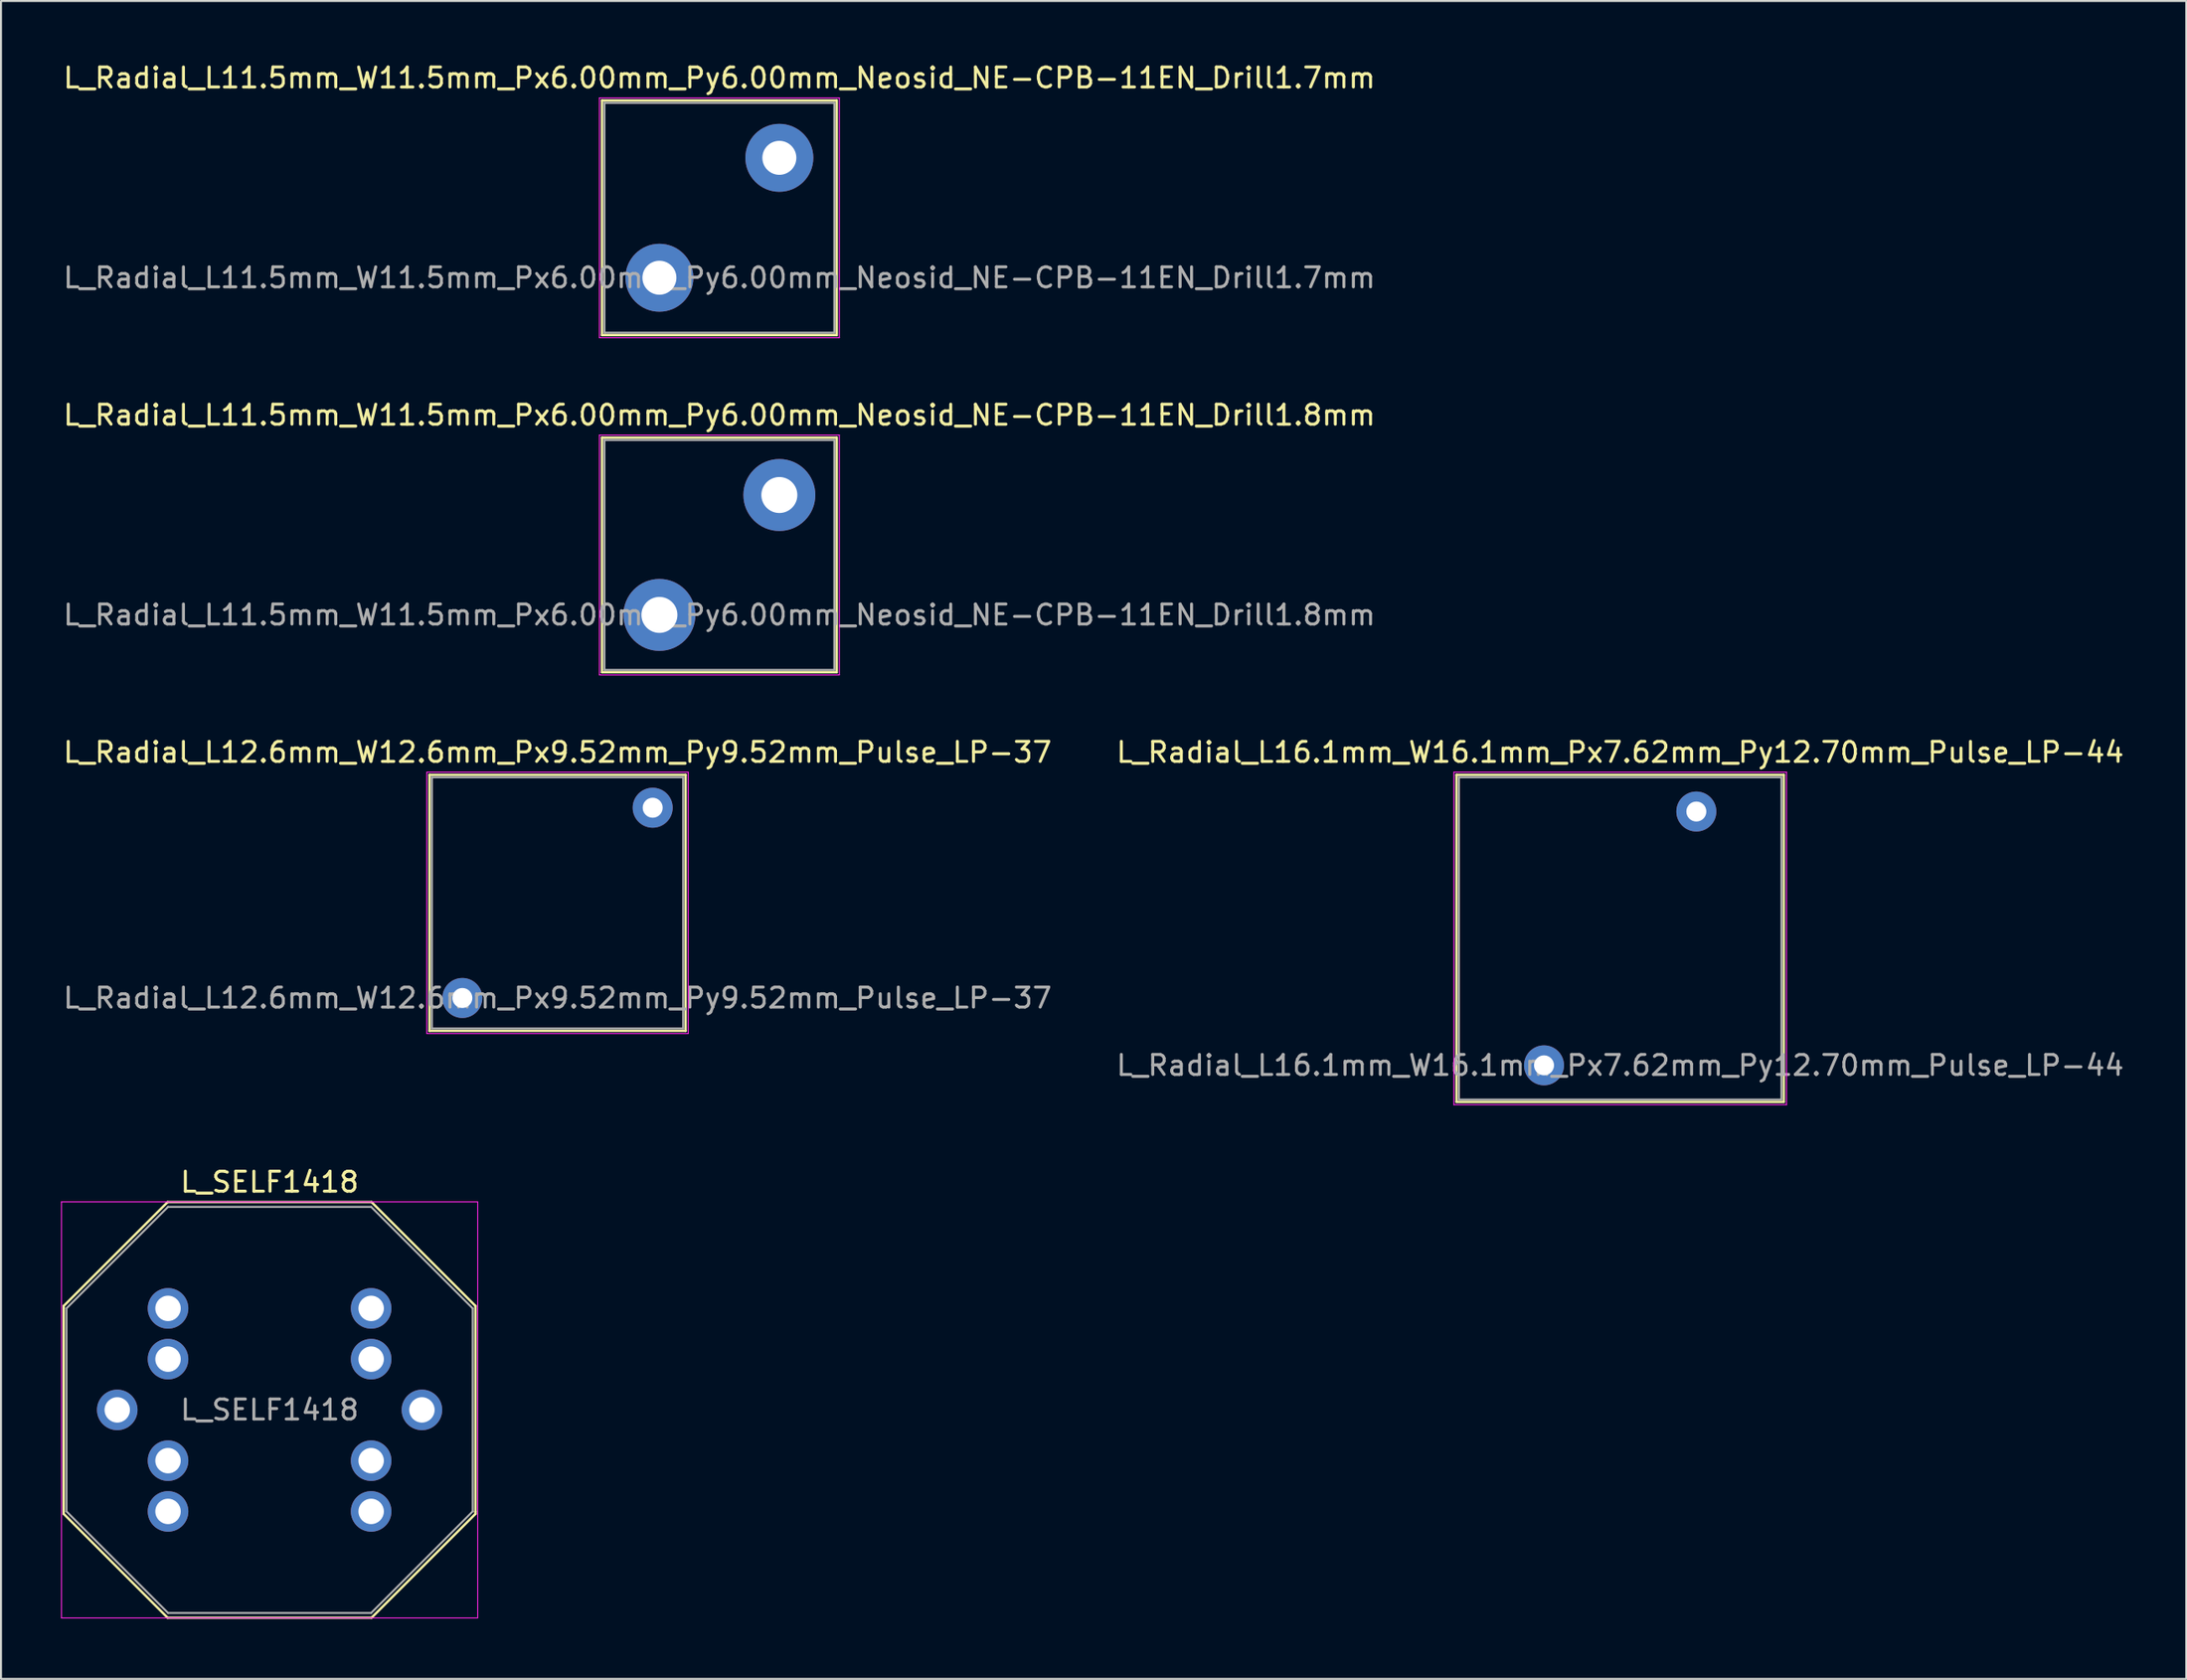
<source format=kicad_pcb>
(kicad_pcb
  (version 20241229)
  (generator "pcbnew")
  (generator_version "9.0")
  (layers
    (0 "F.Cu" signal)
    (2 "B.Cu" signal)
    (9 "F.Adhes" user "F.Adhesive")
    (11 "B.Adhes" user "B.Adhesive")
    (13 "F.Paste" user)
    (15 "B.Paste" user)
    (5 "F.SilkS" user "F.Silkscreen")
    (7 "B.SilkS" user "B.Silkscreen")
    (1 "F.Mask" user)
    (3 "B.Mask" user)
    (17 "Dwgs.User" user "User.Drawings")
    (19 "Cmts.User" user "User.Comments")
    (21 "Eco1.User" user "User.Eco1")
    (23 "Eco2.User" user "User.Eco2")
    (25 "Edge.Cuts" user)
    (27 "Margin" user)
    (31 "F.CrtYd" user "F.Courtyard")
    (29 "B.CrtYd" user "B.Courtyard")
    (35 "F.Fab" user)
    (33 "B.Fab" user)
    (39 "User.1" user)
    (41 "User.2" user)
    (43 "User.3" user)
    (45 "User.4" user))
  (footprint "L_Radial_L16.1mm_W16.1mm_Px7.62mm_Py12.70mm_Pulse_LP-44"
    (layer "F.Cu")
    (at 74.184 50.26)
    (property "Reference" "L_Radial_L16.1mm_W16.1mm_Px7.62mm_Py12.70mm_Pulse_LP-44" (at 3.81 -15.665 0) (layer "F.SilkS") (effects (font (size 1 1) (thickness 0.15))))
    (attr through_hole)
    (fp_line (start -4.375 -14.535) (end -4.375 1.835) (stroke (width 0.12) (type solid)) (layer "F.SilkS"))
    (fp_line (start -4.375 -14.535) (end 11.995 -14.535) (stroke (width 0.12) (type solid)) (layer "F.SilkS"))
    (fp_line (start -4.375 1.835) (end 11.995 1.835) (stroke (width 0.12) (type solid)) (layer "F.SilkS"))
    (fp_line (start 11.995 -14.535) (end 11.995 1.835) (stroke (width 0.12) (type solid)) (layer "F.SilkS"))
    (fp_line (start -4.51 -14.67) (end -4.51 1.97) (stroke (width 0.05) (type solid)) (layer "F.CrtYd"))
    (fp_line (start -4.51 1.97) (end 12.13 1.97) (stroke (width 0.05) (type solid)) (layer "F.CrtYd"))
    (fp_line (start 12.13 -14.67) (end -4.51 -14.67) (stroke (width 0.05) (type solid)) (layer "F.CrtYd"))
    (fp_line (start 12.13 1.97) (end 12.13 -14.67) (stroke (width 0.05) (type solid)) (layer "F.CrtYd"))
    (fp_line (start -4.255 -14.415) (end -4.255 1.715) (stroke (width 0.1) (type solid)) (layer "F.Fab"))
    (fp_line (start -4.255 1.715) (end 11.875 1.715) (stroke (width 0.1) (type solid)) (layer "F.Fab"))
    (fp_line (start 11.875 -14.415) (end -4.255 -14.415) (stroke (width 0.1) (type solid)) (layer "F.Fab"))
    (fp_line (start 11.875 1.715) (end 11.875 -14.415) (stroke (width 0.1) (type solid)) (layer "F.Fab"))
    (fp_text user "${REFERENCE}" (at 3.81 0 0) (layer "F.Fab") (effects (font (size 1 1) (thickness 0.15))))
    (pad "1" thru_hole circle (at 0 0) (size 2 2) (drill 1) (layers "*.Cu" "*.Mask"))
    (pad "2" thru_hole circle (at 7.62 -12.7) (size 2 2) (drill 1) (layers "*.Cu" "*.Mask")))
  (footprint "L_Radial_L12.6mm_W12.6mm_Px9.52mm_Py9.52mm_Pulse_LP-37"
    (layer "F.Cu")
    (at 20.079 46.89)
    (property "Reference" "L_Radial_L12.6mm_W12.6mm_Px9.52mm_Py9.52mm_Pulse_LP-37" (at 4.76 -12.295 0) (layer "F.SilkS") (effects (font (size 1 1) (thickness 0.15))))
    (attr through_hole)
    (fp_line (start -1.645 -11.165) (end -1.645 1.645) (stroke (width 0.12) (type solid)) (layer "F.SilkS"))
    (fp_line (start -1.645 -11.165) (end 11.165 -11.165) (stroke (width 0.12) (type solid)) (layer "F.SilkS"))
    (fp_line (start -1.645 1.645) (end 11.165 1.645) (stroke (width 0.12) (type solid)) (layer "F.SilkS"))
    (fp_line (start 11.165 -11.165) (end 11.165 1.645) (stroke (width 0.12) (type solid)) (layer "F.SilkS"))
    (fp_line (start -1.78 -11.3) (end -1.78 1.78) (stroke (width 0.05) (type solid)) (layer "F.CrtYd"))
    (fp_line (start -1.78 1.78) (end 11.3 1.78) (stroke (width 0.05) (type solid)) (layer "F.CrtYd"))
    (fp_line (start 11.3 -11.3) (end -1.78 -11.3) (stroke (width 0.05) (type solid)) (layer "F.CrtYd"))
    (fp_line (start 11.3 1.78) (end 11.3 -11.3) (stroke (width 0.05) (type solid)) (layer "F.CrtYd"))
    (fp_line (start -1.525 -11.045) (end -1.525 1.525) (stroke (width 0.1) (type solid)) (layer "F.Fab"))
    (fp_line (start -1.525 1.525) (end 11.045 1.525) (stroke (width 0.1) (type solid)) (layer "F.Fab"))
    (fp_line (start 11.045 -11.045) (end -1.525 -11.045) (stroke (width 0.1) (type solid)) (layer "F.Fab"))
    (fp_line (start 11.045 1.525) (end 11.045 -11.045) (stroke (width 0.1) (type solid)) (layer "F.Fab"))
    (fp_text user "${REFERENCE}" (at 4.76 0 0) (layer "F.Fab") (effects (font (size 1 1) (thickness 0.15))))
    (pad "1" thru_hole circle (at 0 0) (size 2 2) (drill 1) (layers "*.Cu" "*.Mask"))
    (pad "2" thru_hole circle (at 9.52 -9.52) (size 2 2) (drill 1) (layers "*.Cu" "*.Mask")))
  (footprint "L_Radial_L11.5mm_W11.5mm_Px6.00mm_Py6.00mm_Neosid_NE-CPB-11EN_Drill1.7mm"
    (layer "F.Cu")
    (at 29.935 10.848)
    (property "Reference" "L_Radial_L11.5mm_W11.5mm_Px6.00mm_Py6.00mm_Neosid_NE-CPB-11EN_Drill1.7mm" (at 3 -10 0) (layer "F.SilkS") (effects (font (size 1 1) (thickness 0.15))))
    (attr through_hole)
    (fp_line (start -2.87 -8.87) (end -2.87 2.87) (stroke (width 0.12) (type solid)) (layer "F.SilkS"))
    (fp_line (start -2.87 -8.87) (end 8.87 -8.87) (stroke (width 0.12) (type solid)) (layer "F.SilkS"))
    (fp_line (start -2.87 2.87) (end 8.87 2.87) (stroke (width 0.12) (type solid)) (layer "F.SilkS"))
    (fp_line (start 8.87 -8.87) (end 8.87 2.87) (stroke (width 0.12) (type solid)) (layer "F.SilkS"))
    (fp_line (start -3 -9) (end -3 3) (stroke (width 0.05) (type solid)) (layer "F.CrtYd"))
    (fp_line (start -3 3) (end 9 3) (stroke (width 0.05) (type solid)) (layer "F.CrtYd"))
    (fp_line (start 9 -9) (end -3 -9) (stroke (width 0.05) (type solid)) (layer "F.CrtYd"))
    (fp_line (start 9 3) (end 9 -9) (stroke (width 0.05) (type solid)) (layer "F.CrtYd"))
    (fp_line (start -2.75 -8.75) (end -2.75 2.75) (stroke (width 0.1) (type solid)) (layer "F.Fab"))
    (fp_line (start -2.75 2.75) (end 8.75 2.75) (stroke (width 0.1) (type solid)) (layer "F.Fab"))
    (fp_line (start 8.75 -8.75) (end -2.75 -8.75) (stroke (width 0.1) (type solid)) (layer "F.Fab"))
    (fp_line (start 8.75 2.75) (end 8.75 -8.75) (stroke (width 0.1) (type solid)) (layer "F.Fab"))
    (fp_text user "${REFERENCE}" (at 3 0 0) (layer "F.Fab") (effects (font (size 1 1) (thickness 0.15))))
    (pad "1" thru_hole circle (at 0 0) (size 3.4 3.4) (drill 1.7) (layers "*.Cu" "*.Mask"))
    (pad "2" thru_hole circle (at 6 -6) (size 3.4 3.4) (drill 1.7) (layers "*.Cu" "*.Mask")))
  (footprint "L_Radial_L11.5mm_W11.5mm_Px6.00mm_Py6.00mm_Neosid_NE-CPB-11EN_Drill1.8mm"
    (layer "F.Cu")
    (at 29.935 27.721)
    (property "Reference" "L_Radial_L11.5mm_W11.5mm_Px6.00mm_Py6.00mm_Neosid_NE-CPB-11EN_Drill1.8mm" (at 3 -10 0) (layer "F.SilkS") (effects (font (size 1 1) (thickness 0.15))))
    (attr through_hole)
    (fp_line (start -2.87 -8.87) (end -2.87 2.87) (stroke (width 0.12) (type solid)) (layer "F.SilkS"))
    (fp_line (start -2.87 -8.87) (end 8.87 -8.87) (stroke (width 0.12) (type solid)) (layer "F.SilkS"))
    (fp_line (start -2.87 2.87) (end 8.87 2.87) (stroke (width 0.12) (type solid)) (layer "F.SilkS"))
    (fp_line (start 8.87 -8.87) (end 8.87 2.87) (stroke (width 0.12) (type solid)) (layer "F.SilkS"))
    (fp_line (start -3 -9) (end -3 3) (stroke (width 0.05) (type solid)) (layer "F.CrtYd"))
    (fp_line (start -3 3) (end 9 3) (stroke (width 0.05) (type solid)) (layer "F.CrtYd"))
    (fp_line (start 9 -9) (end -3 -9) (stroke (width 0.05) (type solid)) (layer "F.CrtYd"))
    (fp_line (start 9 3) (end 9 -9) (stroke (width 0.05) (type solid)) (layer "F.CrtYd"))
    (fp_line (start -2.75 -8.75) (end -2.75 2.75) (stroke (width 0.1) (type solid)) (layer "F.Fab"))
    (fp_line (start -2.75 2.75) (end 8.75 2.75) (stroke (width 0.1) (type solid)) (layer "F.Fab"))
    (fp_line (start 8.75 -8.75) (end -2.75 -8.75) (stroke (width 0.1) (type solid)) (layer "F.Fab"))
    (fp_line (start 8.75 2.75) (end 8.75 -8.75) (stroke (width 0.1) (type solid)) (layer "F.Fab"))
    (fp_text user "${REFERENCE}" (at 3 0 0) (layer "F.Fab") (effects (font (size 1 1) (thickness 0.15))))
    (pad "1" thru_hole circle (at 0 0) (size 3.6 3.6) (drill 1.8) (layers "*.Cu" "*.Mask"))
    (pad "2" thru_hole circle (at 6 -6) (size 3.6 3.6) (drill 1.8) (layers "*.Cu" "*.Mask")))
  (footprint "L_SELF1418"
    (layer "F.Cu")
    (at 5.355 62.423)
    (property "Reference" "L_SELF1418" (at 5.08 -6.32 0) (layer "F.SilkS") (effects (font (size 1 1) (thickness 0.15))))
    (attr through_hole)
    (fp_line (start -5.22 -0.12) (end -0.02 -5.32) (stroke (width 0.12) (type solid)) (layer "F.SilkS"))
    (fp_line (start -5.22 -0.02) (end -5.22 -0.12) (stroke (width 0.12) (type solid)) (layer "F.SilkS"))
    (fp_line (start -5.22 10.28) (end -5.22 -0.02) (stroke (width 0.12) (type solid)) (layer "F.SilkS"))
    (fp_line (start -0.02 -5.32) (end 10.18 -5.32) (stroke (width 0.12) (type solid)) (layer "F.SilkS"))
    (fp_line (start -0.02 15.48) (end -5.22 10.28) (stroke (width 0.12) (type solid)) (layer "F.SilkS"))
    (fp_line (start 10.18 -5.32) (end 15.38 -0.12) (stroke (width 0.12) (type solid)) (layer "F.SilkS"))
    (fp_line (start 10.18 15.48) (end -0.02 15.48) (stroke (width 0.12) (type solid)) (layer "F.SilkS"))
    (fp_line (start 15.38 -0.12) (end 15.38 10.18) (stroke (width 0.12) (type solid)) (layer "F.SilkS"))
    (fp_line (start 15.38 10.18) (end 15.38 10.28) (stroke (width 0.12) (type solid)) (layer "F.SilkS"))
    (fp_line (start 15.38 10.28) (end 10.18 15.48) (stroke (width 0.12) (type solid)) (layer "F.SilkS"))
    (fp_line (start -5.33 -5.33) (end -5.33 15.49) (stroke (width 0.05) (type solid)) (layer "F.CrtYd"))
    (fp_line (start -5.33 -5.33) (end 15.49 -5.33) (stroke (width 0.05) (type solid)) (layer "F.CrtYd"))
    (fp_line (start 15.49 15.49) (end -5.33 15.49) (stroke (width 0.05) (type solid)) (layer "F.CrtYd"))
    (fp_line (start 15.49 15.49) (end 15.49 -5.33) (stroke (width 0.05) (type solid)) (layer "F.CrtYd"))
    (fp_line (start -5.08 0) (end -5.08 10.16) (stroke (width 0.1) (type solid)) (layer "F.Fab"))
    (fp_line (start -5.08 10.16) (end 0 15.24) (stroke (width 0.1) (type solid)) (layer "F.Fab"))
    (fp_line (start 0 -5.08) (end -5.08 0) (stroke (width 0.1) (type solid)) (layer "F.Fab"))
    (fp_line (start 0 15.24) (end 10.16 15.24) (stroke (width 0.1) (type solid)) (layer "F.Fab"))
    (fp_line (start 10.16 -5.08) (end 0 -5.08) (stroke (width 0.1) (type solid)) (layer "F.Fab"))
    (fp_line (start 10.16 15.24) (end 15.24 10.16) (stroke (width 0.1) (type solid)) (layer "F.Fab"))
    (fp_line (start 15.24 0) (end 10.16 -5.08) (stroke (width 0.1) (type solid)) (layer "F.Fab"))
    (fp_line (start 15.24 10.16) (end 15.24 0) (stroke (width 0.1) (type solid)) (layer "F.Fab"))
    (fp_text user "${REFERENCE}" (at 5.08 5.08 0) (layer "F.Fab") (effects (font (size 1 1) (thickness 0.15))))
    (pad "" thru_hole circle (at -2.54 5.08) (size 2.03 2.03) (drill 1.27) (layers "*.Cu" "*.Mask"))
    (pad "" thru_hole circle (at 12.7 5.08) (size 2.03 2.03) (drill 1.27) (layers "*.Cu" "*.Mask"))
    (pad "1" thru_hole circle (at 0 0) (size 2.03 2.03) (drill 1.27) (layers "*.Cu" "*.Mask"))
    (pad "1" thru_hole circle (at 0 2.54) (size 2.03 2.03) (drill 1.27) (layers "*.Cu" "*.Mask"))
    (pad "2" thru_hole circle (at 10.16 0) (size 2.03 2.03) (drill 1.27) (layers "*.Cu" "*.Mask"))
    (pad "2" thru_hole circle (at 10.16 2.54) (size 2.03 2.03) (drill 1.27) (layers "*.Cu" "*.Mask"))
    (pad "3" thru_hole circle (at 10.16 7.62) (size 2.03 2.03) (drill 1.27) (layers "*.Cu" "*.Mask"))
    (pad "3" thru_hole circle (at 10.16 10.16) (size 2.03 2.03) (drill 1.27) (layers "*.Cu" "*.Mask"))
    (pad "4" thru_hole circle (at 0 7.62) (size 2.03 2.03) (drill 1.27) (layers "*.Cu" "*.Mask"))
    (pad "4" thru_hole circle (at 0 10.16) (size 2.03 2.03) (drill 1.27) (layers "*.Cu" "*.Mask")))
  (gr_rect
    (start -3 -3)
    (end 106.31 80.963)
    (stroke (width 0.1) (type default))
    (fill no)
    (layer "Edge.Cuts")))
</source>
